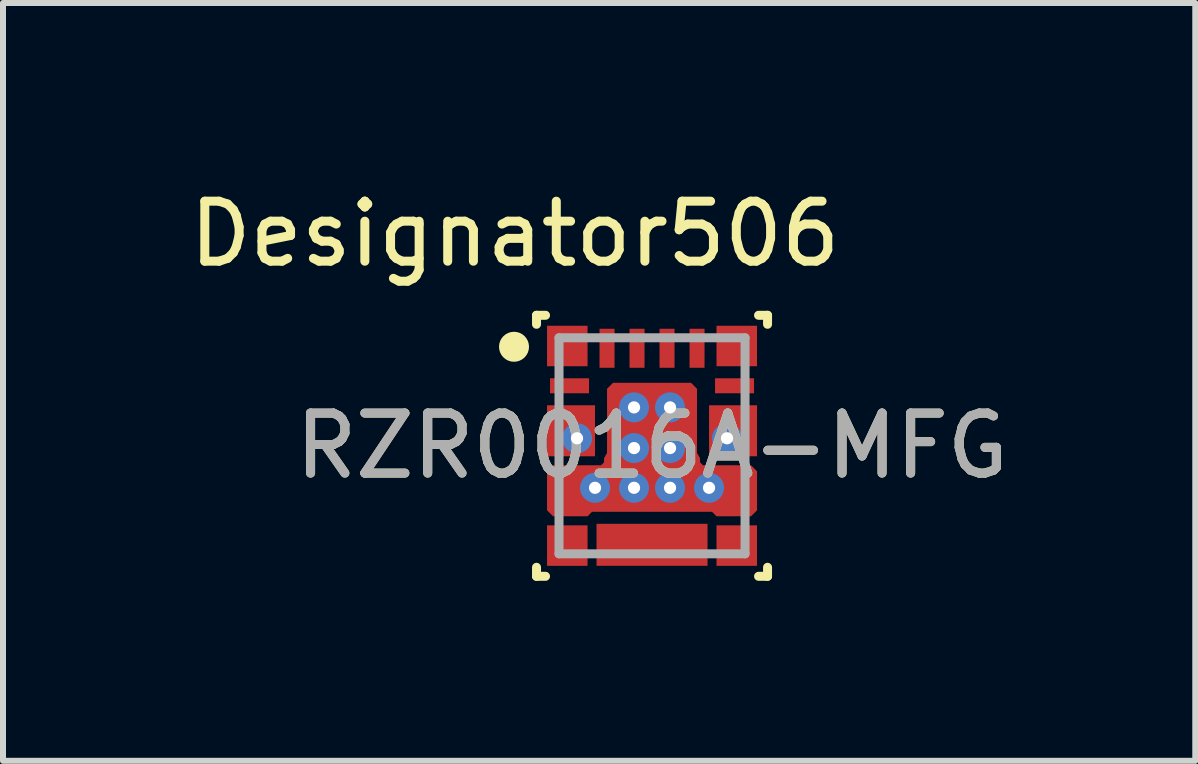
<source format=kicad_pcb>
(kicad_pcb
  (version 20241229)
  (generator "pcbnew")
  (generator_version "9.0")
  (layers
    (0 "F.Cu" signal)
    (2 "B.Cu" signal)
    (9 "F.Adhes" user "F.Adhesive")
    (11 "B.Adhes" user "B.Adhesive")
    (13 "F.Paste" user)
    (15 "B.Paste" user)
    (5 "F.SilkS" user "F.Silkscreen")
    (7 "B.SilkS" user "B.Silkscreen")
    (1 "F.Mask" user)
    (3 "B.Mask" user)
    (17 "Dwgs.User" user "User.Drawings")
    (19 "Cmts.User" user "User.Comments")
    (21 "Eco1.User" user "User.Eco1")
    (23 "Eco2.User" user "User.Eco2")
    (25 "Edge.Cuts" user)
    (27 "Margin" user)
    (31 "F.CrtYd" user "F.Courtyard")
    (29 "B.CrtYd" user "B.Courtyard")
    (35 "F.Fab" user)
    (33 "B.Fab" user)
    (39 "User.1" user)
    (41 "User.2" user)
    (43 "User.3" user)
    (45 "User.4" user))
  (footprint "RZR0016A-MFG"
    (layer "F.Cu")
    (at 7.816 4.379)
    (property "Reference" "RZR0016A-MFG" (at 0 0 0) (unlocked yes) (layer "F.SilkS") (effects (font (size 1 1) (thickness 0.15))))
    (attr smd)
    (fp_poly (pts (xy -1.75 1.075) (xy -1.75 0.425) (xy -1.65 0.325) (xy -0.85 0.325) (xy -0.8 0.275) (xy -0.8 0.206) (xy -0.775 0.163) (xy -0.75 0.119) (xy -0.75 -0.95) (xy -0.65 -1.05) (xy 0.65 -1.05) (xy 0.75 -0.95) (xy 0.75 0.119) (xy 0.775 0.163) (xy 0.8 0.206) (xy 0.8 0.275) (xy 0.85 0.325) (xy 1.65 0.325) (xy 1.75 0.425) (xy 1.75 1.075) (xy 1.65 1.175) (xy 1.074 1.175) (xy 1 1.1) (xy -1 1.1) (xy -1.074 1.175) (xy -1.65 1.175)) (stroke (width 0) (type solid)) (fill yes) (layer "F.Cu"))
    (fp_poly (pts (xy -1 -0.925) (xy -1.1 -0.825) (xy -1.65 -0.825) (xy -1.75 -0.925) (xy -1.75 -1.075) (xy -1.65 -1.175) (xy -1.1 -1.175) (xy -1 -1.075)) (stroke (width 0) (type solid)) (fill yes) (layer "F.Mask"))
    (fp_poly (pts (xy -0.7 -0.162) (xy -0.7 -0.95) (xy -0.65 -1) (xy 0.65 -1) (xy 0.7 -0.95) (xy 0.7 -0.162) (xy 0.65 -0.112) (xy -0.65 -0.112)) (stroke (width 0) (type solid)) (fill yes) (layer "F.Mask"))
    (fp_poly (pts (xy -0.575 -1.35) (xy -0.675 -1.25) (xy -0.825 -1.25) (xy -0.925 -1.35) (xy -0.925 -1.9) (xy -0.825 -2) (xy -0.675 -2) (xy -0.575 -1.9)) (stroke (width 0) (type solid)) (fill yes) (layer "F.Mask"))
    (fp_poly (pts (xy -0.425 -1.9) (xy -0.325 -2) (xy -0.175 -2) (xy -0.075 -1.9) (xy -0.075 -1.35) (xy -0.175 -1.25) (xy -0.325 -1.25) (xy -0.425 -1.35)) (stroke (width 0) (type solid)) (fill yes) (layer "F.Mask"))
    (fp_poly (pts (xy 0.075 -1.9) (xy 0.175 -2) (xy 0.325 -2) (xy 0.425 -1.9) (xy 0.425 -1.35) (xy 0.325 -1.25) (xy 0.175 -1.25) (xy 0.075 -1.35)) (stroke (width 0) (type solid)) (fill yes) (layer "F.Mask"))
    (fp_poly (pts (xy 0.925 -1.9) (xy 0.925 -1.35) (xy 0.825 -1.25) (xy 0.675 -1.25) (xy 0.575 -1.35) (xy 0.575 -1.9) (xy 0.675 -2) (xy 0.825 -2)) (stroke (width 0) (type solid)) (fill yes) (layer "F.Mask"))
    (fp_poly (pts (xy 1.65 -1.175) (xy 1.75 -1.075) (xy 1.75 -0.925) (xy 1.65 -0.825) (xy 1.1 -0.825) (xy 1 -0.925) (xy 1 -1.075) (xy 1.1 -1.175)) (stroke (width 0) (type solid)) (fill yes) (layer "F.Mask"))
    (fp_poly (pts (xy -1.7 -1.425) (xy -1.7 -1.575) (xy -1.65 -1.625) (xy -1.475 -1.625) (xy -1.375 -1.725) (xy -1.375 -1.9) (xy -1.325 -1.95) (xy -1.175 -1.95) (xy -1.125 -1.9) (xy -1.125 -1.425) (xy -1.175 -1.375) (xy -1.65 -1.375)) (stroke (width 0) (type solid)) (fill yes) (layer "F.Mask"))
    (fp_poly (pts (xy -1.7 1.575) (xy -1.65 1.625) (xy -1.475 1.625) (xy -1.375 1.725) (xy -1.375 1.9) (xy -1.325 1.95) (xy -1.175 1.95) (xy -1.125 1.9) (xy -1.125 1.425) (xy -1.175 1.375) (xy -1.65 1.375) (xy -1.7 1.425)) (stroke (width 0) (type solid)) (fill yes) (layer "F.Mask"))
    (fp_poly (pts (xy 1.7 -1.575) (xy 1.65 -1.625) (xy 1.475 -1.625) (xy 1.375 -1.725) (xy 1.375 -1.9) (xy 1.325 -1.95) (xy 1.175 -1.95) (xy 1.125 -1.9) (xy 1.125 -1.425) (xy 1.175 -1.375) (xy 1.65 -1.375) (xy 1.7 -1.425)) (stroke (width 0) (type solid)) (fill yes) (layer "F.Mask"))
    (fp_poly (pts (xy 1.7 1.575) (xy 1.65 1.625) (xy 1.475 1.625) (xy 1.375 1.725) (xy 1.375 1.9) (xy 1.325 1.95) (xy 1.175 1.95) (xy 1.125 1.9) (xy 1.125 1.425) (xy 1.175 1.375) (xy 1.65 1.375) (xy 1.7 1.425)) (stroke (width 0) (type solid)) (fill yes) (layer "F.Mask"))
    (fp_poly (pts (xy -1.7 0.075) (xy -1.7 -0.075) (xy -1.65 -0.125) (xy -1.425 -0.125) (xy -1.375 -0.175) (xy -1.375 -0.325) (xy -1.425 -0.375) (xy -1.65 -0.375) (xy -1.7 -0.425) (xy -1.7 -0.575) (xy -1.65 -0.625) (xy -1.05 -0.625) (xy -1 -0.575) (xy -1 0.075) (xy -1.05 0.125) (xy -1.65 0.125)) (stroke (width 0) (type solid)) (fill yes) (layer "F.Mask"))
    (fp_poly (pts (xy 1.7 -0.075) (xy 1.65 -0.125) (xy 1.425 -0.125) (xy 1.375 -0.175) (xy 1.375 -0.325) (xy 1.425 -0.375) (xy 1.65 -0.375) (xy 1.7 -0.425) (xy 1.7 -0.575) (xy 1.65 -0.625) (xy 1.05 -0.625) (xy 1 -0.575) (xy 1 0.075) (xy 1.05 0.125) (xy 1.65 0.125) (xy 1.7 0.075)) (stroke (width 0) (type solid)) (fill yes) (layer "F.Mask"))
    (fp_poly (pts (xy -1.7 1.075) (xy -1.7 0.925) (xy -1.65 0.875) (xy -1.425 0.875) (xy -1.375 0.825) (xy -1.375 0.675) (xy -1.425 0.625) (xy -1.65 0.625) (xy -1.7 0.575) (xy -1.7 0.425) (xy -1.65 0.375) (xy -0.85 0.376) (xy -0.75 0.275) (xy -0.75 0.238) (xy -0.7 0.188) (xy -0.2 0.188) (xy -0.15 0.239) (xy -0.15 1) (xy -0.2 1.05) (xy -1.025 1.05) (xy -1.05 1.075) (xy -1.05 1.1) (xy -1.075 1.125) (xy -1.65 1.125)) (stroke (width 0) (type solid)) (fill yes) (layer "F.Mask"))
    (fp_poly (pts (xy 1.7 1.075) (xy 1.7 0.925) (xy 1.65 0.875) (xy 1.425 0.875) (xy 1.375 0.825) (xy 1.375 0.675) (xy 1.425 0.625) (xy 1.65 0.625) (xy 1.7 0.575) (xy 1.7 0.425) (xy 1.65 0.375) (xy 0.85 0.376) (xy 0.75 0.275) (xy 0.75 0.238) (xy 0.7 0.188) (xy 0.2 0.188) (xy 0.15 0.239) (xy 0.15 1) (xy 0.2 1.05) (xy 1.025 1.05) (xy 1.05 1.075) (xy 1.05 1.1) (xy 1.075 1.125) (xy 1.65 1.125)) (stroke (width 0) (type solid)) (fill yes) (layer "F.Mask"))
    (fp_poly (pts (xy -0.875 1.9) (xy -0.875 1.4) (xy -0.825 1.35) (xy 0.825 1.35) (xy 0.875 1.4) (xy 0.875 1.9) (xy 0.825 1.95) (xy 0.675 1.95) (xy 0.625 1.9) (xy 0.625 1.675) (xy 0.575 1.625) (xy 0.425 1.625) (xy 0.375 1.675) (xy 0.375 1.9) (xy 0.325 1.95) (xy 0.175 1.95) (xy 0.125 1.9) (xy 0.125 1.675) (xy 0.075 1.625) (xy -0.075 1.625) (xy -0.125 1.675) (xy -0.125 1.9) (xy -0.175 1.95) (xy -0.325 1.95) (xy -0.375 1.9) (xy -0.375 1.675) (xy -0.425 1.625) (xy -0.575 1.625) (xy -0.625 1.675) (xy -0.625 1.9) (xy -0.675 1.95) (xy -0.825 1.95)) (stroke (width 0) (type solid)) (fill yes) (layer "F.Mask"))
    (fp_line (start -1.925 -2.175) (end -1.775 -2.175) (stroke (width 0.15) (type solid)) (layer "F.SilkS"))
    (fp_line (start -1.925 -2.025) (end -1.925 -2.175) (stroke (width 0.15) (type solid)) (layer "F.SilkS"))
    (fp_line (start -1.925 2.175) (end -1.925 2.025) (stroke (width 0.15) (type solid)) (layer "F.SilkS"))
    (fp_line (start -1.925 2.175) (end -1.775 2.175) (stroke (width 0.15) (type solid)) (layer "F.SilkS"))
    (fp_line (start 1.775 -2.175) (end 1.925 -2.175) (stroke (width 0.15) (type solid)) (layer "F.SilkS"))
    (fp_line (start 1.775 2.175) (end 1.925 2.175) (stroke (width 0.15) (type solid)) (layer "F.SilkS"))
    (fp_line (start 1.925 -2.025) (end 1.925 -2.175) (stroke (width 0.15) (type solid)) (layer "F.SilkS"))
    (fp_line (start 1.925 2.175) (end 1.925 2.025) (stroke (width 0.15) (type solid)) (layer "F.SilkS"))
    (fp_circle (center -2.3 -1.65) (end -2.175 -1.65) (stroke (width 0.25) (type solid)) (fill no) (layer "F.SilkS"))
    (fp_poly (pts (xy -0.63 -0.126) (xy -0.68 -0.176) (xy -0.68 -0.936) (xy -0.63 -0.986) (xy -0.15 -0.986) (xy -0.1 -0.936) (xy -0.1 -0.176) (xy -0.15 -0.126)) (stroke (width 0) (type solid)) (fill yes) (layer "F.Paste"))
    (fp_poly (pts (xy 0.63 -0.986) (xy 0.68 -0.936) (xy 0.68 -0.176) (xy 0.63 -0.126) (xy 0.15 -0.126) (xy 0.1 -0.176) (xy 0.1 -0.936) (xy 0.15 -0.986)) (stroke (width 0) (type solid)) (fill yes) (layer "F.Paste"))
    (fp_poly (pts (xy -0.85 1) (xy -0.85 0.416) (xy -0.812 0.368) (xy -0.75 0.275) (xy -0.75 0.238) (xy -0.7 0.188) (xy -0.2 0.188) (xy -0.15 0.238) (xy -0.15 1) (xy -0.2 1.05) (xy -0.8 1.05)) (stroke (width 0) (type solid)) (fill yes) (layer "F.Paste"))
    (fp_poly (pts (xy 0.85 1) (xy 0.85 0.416) (xy 0.812 0.368) (xy 0.75 0.275) (xy 0.75 0.238) (xy 0.7 0.188) (xy 0.2 0.188) (xy 0.15 0.238) (xy 0.15 1) (xy 0.2 1.05) (xy 0.8 1.05)) (stroke (width 0) (type solid)) (fill yes) (layer "F.Paste"))
    (fp_poly (pts (xy -1.7 -1.425) (xy -1.7 -1.575) (xy -1.65 -1.625) (xy -1.475 -1.625) (xy -1.375 -1.725) (xy -1.375 -1.9) (xy -1.325 -1.95) (xy -1.175 -1.95) (xy -1.125 -1.9) (xy -1.125 -1.425) (xy -1.175 -1.375) (xy -1.65 -1.375)) (stroke (width 0) (type solid)) (fill yes) (layer "F.Paste"))
    (fp_poly (pts (xy -1.7 1.575) (xy -1.65 1.625) (xy -1.475 1.625) (xy -1.375 1.725) (xy -1.375 1.9) (xy -1.325 1.95) (xy -1.175 1.95) (xy -1.125 1.9) (xy -1.125 1.425) (xy -1.175 1.375) (xy -1.65 1.375) (xy -1.7 1.425)) (stroke (width 0) (type solid)) (fill yes) (layer "F.Paste"))
    (fp_poly (pts (xy 1.7 -1.575) (xy 1.65 -1.625) (xy 1.475 -1.625) (xy 1.375 -1.725) (xy 1.375 -1.9) (xy 1.325 -1.95) (xy 1.175 -1.95) (xy 1.125 -1.9) (xy 1.125 -1.425) (xy 1.175 -1.375) (xy 1.65 -1.375) (xy 1.7 -1.425)) (stroke (width 0) (type solid)) (fill yes) (layer "F.Paste"))
    (fp_poly (pts (xy 1.7 1.575) (xy 1.65 1.625) (xy 1.475 1.625) (xy 1.375 1.725) (xy 1.375 1.9) (xy 1.325 1.95) (xy 1.175 1.95) (xy 1.125 1.9) (xy 1.125 1.425) (xy 1.175 1.375) (xy 1.65 1.375) (xy 1.7 1.425)) (stroke (width 0) (type solid)) (fill yes) (layer "F.Paste"))
    (fp_poly (pts (xy -1.7 0.075) (xy -1.7 -0.075) (xy -1.65 -0.125) (xy -1.425 -0.125) (xy -1.375 -0.175) (xy -1.375 -0.325) (xy -1.425 -0.375) (xy -1.65 -0.375) (xy -1.7 -0.425) (xy -1.7 -0.575) (xy -1.65 -0.625) (xy -1.05 -0.625) (xy -1 -0.575) (xy -1 0.075) (xy -1.05 0.125) (xy -1.65 0.125)) (stroke (width 0) (type solid)) (fill yes) (layer "F.Paste"))
    (fp_poly (pts (xy -1.7 1.075) (xy -1.7 0.925) (xy -1.65 0.875) (xy -1.425 0.875) (xy -1.375 0.825) (xy -1.375 0.675) (xy -1.425 0.625) (xy -1.65 0.625) (xy -1.7 0.575) (xy -1.7 0.425) (xy -1.65 0.375) (xy -1.1 0.375) (xy -1.05 0.425) (xy -1.05 1.1) (xy -1.075 1.125) (xy -1.65 1.125)) (stroke (width 0) (type solid)) (fill yes) (layer "F.Paste"))
    (fp_poly (pts (xy 1.7 -0.075) (xy 1.65 -0.125) (xy 1.425 -0.125) (xy 1.375 -0.175) (xy 1.375 -0.325) (xy 1.425 -0.375) (xy 1.65 -0.375) (xy 1.7 -0.425) (xy 1.7 -0.575) (xy 1.65 -0.625) (xy 1.05 -0.625) (xy 1 -0.575) (xy 1 0.075) (xy 1.05 0.125) (xy 1.65 0.125) (xy 1.7 0.075)) (stroke (width 0) (type solid)) (fill yes) (layer "F.Paste"))
    (fp_poly (pts (xy 1.7 1.075) (xy 1.7 0.925) (xy 1.65 0.875) (xy 1.425 0.875) (xy 1.375 0.825) (xy 1.375 0.675) (xy 1.425 0.625) (xy 1.65 0.625) (xy 1.7 0.575) (xy 1.7 0.425) (xy 1.65 0.375) (xy 1.1 0.375) (xy 1.05 0.425) (xy 1.05 1.1) (xy 1.075 1.125) (xy 1.65 1.125)) (stroke (width 0) (type solid)) (fill yes) (layer "F.Paste"))
    (fp_poly (pts (xy -0.875 1.9) (xy -0.875 1.4) (xy -0.825 1.35) (xy 0.825 1.35) (xy 0.875 1.4) (xy 0.875 1.9) (xy 0.825 1.95) (xy 0.675 1.95) (xy 0.625 1.9) (xy 0.625 1.675) (xy 0.575 1.625) (xy 0.425 1.625) (xy 0.375 1.675) (xy 0.375 1.9) (xy 0.325 1.95) (xy 0.175 1.95) (xy 0.125 1.9) (xy 0.125 1.675) (xy 0.075 1.625) (xy -0.075 1.625) (xy -0.125 1.675) (xy -0.125 1.9) (xy -0.175 1.95) (xy -0.325 1.95) (xy -0.375 1.9) (xy -0.375 1.675) (xy -0.425 1.625) (xy -0.575 1.625) (xy -0.625 1.675) (xy -0.625 1.9) (xy -0.675 1.95) (xy -0.825 1.95)) (stroke (width 0) (type solid)) (fill yes) (layer "F.Paste"))
    (fp_line (start -1.55 -1.8) (end 1.55 -1.8) (stroke (width 0.15) (type solid)) (layer "F.Fab"))
    (fp_line (start -1.55 1.8) (end -1.55 -1.8) (stroke (width 0.15) (type solid)) (layer "F.Fab"))
    (fp_line (start -1.55 1.8) (end 1.55 1.8) (stroke (width 0.15) (type solid)) (layer "F.Fab"))
    (fp_line (start 1.55 1.8) (end 1.55 -1.8) (stroke (width 0.15) (type solid)) (layer "F.Fab"))
    (fp_text user "Designator506" (at -2.286 -3.531 0) (unlocked yes) (layer "F.SilkS") (effects (font (size 1 1) (thickness 0.15))))
    (fp_text user "${REFERENCE}" (at 0 0 0) (unlocked yes) (layer "F.Fab") (effects (font (size 1 1) (thickness 0.15))))
    (pad "1" smd rect (at -1.412 -1.663) (size 0.675 0.675) (layers "F.Cu"))
    (pad "2" smd rect (at -1.375 -1) (size 0.65 0.25) (layers "F.Cu" "F.Paste"))
    (pad "3" smd rect (at -1.35 -0.25) (size 0.8 0.85) (layers "F.Cu"))
    (pad "4" smd rect (at -1.375 0.75) (size 0.65 0.25) (layers "F.Cu"))
    (pad "5" smd rect (at -1.412 1.663) (size 0.675 0.675) (layers "F.Cu"))
    (pad "6" smd rect (at 0 1.65) (size 1.85 0.7) (layers "F.Cu"))
    (pad "7" smd rect (at 1.412 1.663) (size 0.675 0.675) (layers "F.Cu"))
    (pad "8" smd rect (at 1.375 0.75) (size 0.65 0.25) (layers "F.Cu"))
    (pad "9" smd rect (at 1.35 -0.25) (size 0.8 0.85) (layers "F.Cu"))
    (pad "10" smd rect (at 1.375 -1) (size 0.65 0.25) (layers "F.Cu" "F.Paste"))
    (pad "11" smd rect (at 1.412 -1.663) (size 0.675 0.675) (layers "F.Cu"))
    (pad "12" smd rect (at 0.75 -1.625) (size 0.25 0.65) (layers "F.Cu" "F.Paste"))
    (pad "13" smd rect (at 0.25 -1.625) (size 0.25 0.65) (layers "F.Cu" "F.Paste"))
    (pad "14" smd rect (at -0.25 -1.625) (size 0.25 0.65) (layers "F.Cu" "F.Paste"))
    (pad "15" smd rect (at -0.75 -1.625) (size 0.25 0.65) (layers "F.Cu" "F.Paste"))
    (pad "16" smd circle (at 0 0.268) (size 1.375 1.375) (layers "F.Cu"))
    (pad "17" thru_hole circle (at -0.3 0.038) (size 0.5 0.5) (drill 0.203) (layers "*.Cu" "*.Mask"))
    (pad "18" thru_hole circle (at 0.3 0.038) (size 0.5 0.5) (drill 0.203) (layers "*.Cu" "*.Mask"))
    (pad "19" thru_hole circle (at -0.95 0.7) (size 0.5 0.5) (drill 0.203) (layers "*.Cu" "*.Mask"))
    (pad "20" thru_hole circle (at -0.3 0.7) (size 0.5 0.5) (drill 0.203) (layers "*.Cu" "*.Mask"))
    (pad "21" thru_hole circle (at 0.95 0.7) (size 0.5 0.5) (drill 0.203) (layers "*.Cu" "*.Mask"))
    (pad "22" thru_hole circle (at -1.25 -0.125) (size 0.5 0.5) (drill 0.203) (layers "*.Cu" "*.Mask"))
    (pad "23" thru_hole circle (at 0.3 -0.64) (size 0.5 0.5) (drill 0.203) (layers "*.Cu" "*.Mask"))
    (pad "24" thru_hole circle (at 0.3 0.7) (size 0.5 0.5) (drill 0.203) (layers "*.Cu" "*.Mask"))
    (pad "25" thru_hole circle (at -0.3 -0.64) (size 0.5 0.5) (drill 0.203) (layers "*.Cu" "*.Mask"))
    (pad "26" thru_hole circle (at 1.25 -0.125) (size 0.5 0.5) (drill 0.203) (layers "*.Cu" "*.Mask")))
  (gr_rect
    (start -3 -3)
    (end 16.869 9.629)
    (stroke (width 0.1) (type default))
    (fill no)
    (layer "Edge.Cuts")))
</source>
